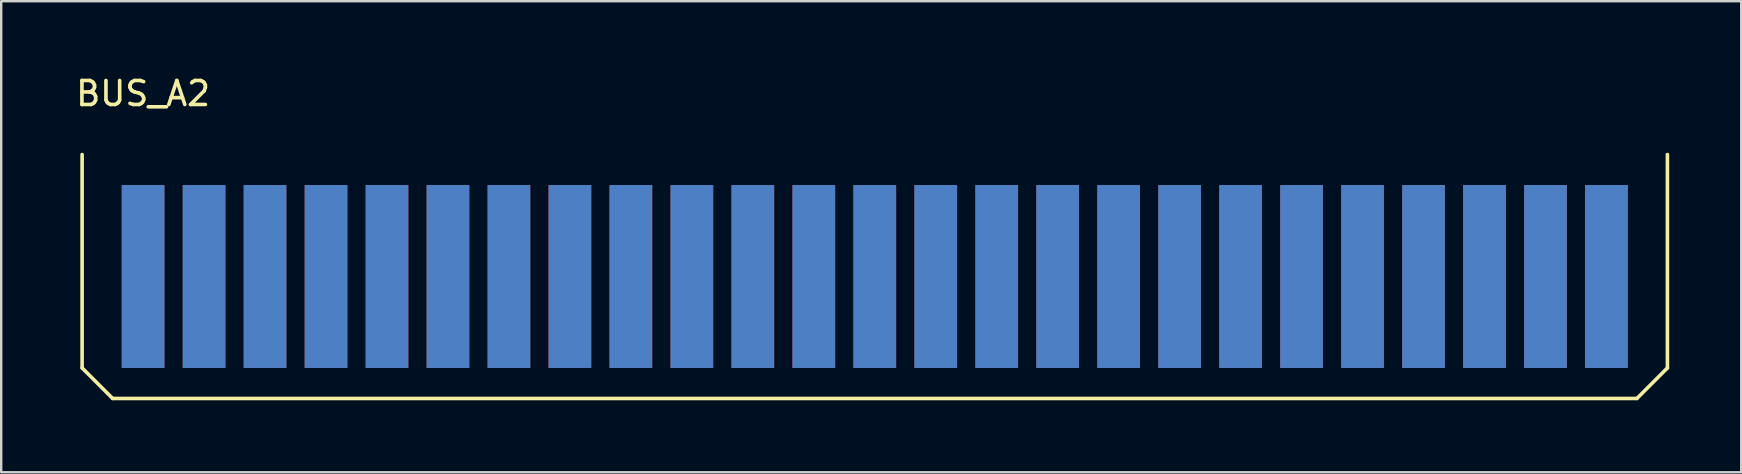
<source format=kicad_pcb>
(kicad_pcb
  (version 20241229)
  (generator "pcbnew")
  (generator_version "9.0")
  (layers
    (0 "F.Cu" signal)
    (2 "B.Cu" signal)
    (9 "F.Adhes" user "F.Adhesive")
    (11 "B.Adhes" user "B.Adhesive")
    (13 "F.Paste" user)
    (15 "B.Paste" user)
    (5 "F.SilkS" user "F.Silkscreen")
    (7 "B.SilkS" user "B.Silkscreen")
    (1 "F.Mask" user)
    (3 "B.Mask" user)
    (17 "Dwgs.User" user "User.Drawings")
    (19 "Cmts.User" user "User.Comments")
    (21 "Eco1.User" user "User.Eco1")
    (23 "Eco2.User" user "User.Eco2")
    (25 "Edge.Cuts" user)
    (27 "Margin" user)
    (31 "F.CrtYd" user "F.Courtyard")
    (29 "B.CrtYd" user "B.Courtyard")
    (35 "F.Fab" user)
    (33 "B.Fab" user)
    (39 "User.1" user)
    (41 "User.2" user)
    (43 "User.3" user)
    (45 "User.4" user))
  (footprint "BUS_A2"
    (layer "F.Cu")
    (at 25.771 8.468)
    (property "Reference" "BUS_A2" (at -22.86 -7.62 0) (layer "F.SilkS") (effects (font (size 1 1) (thickness 0.15))))
    (attr through_hole)
    (fp_line (start -25.4 3.81) (end -25.4 -5.08) (stroke (width 0.15) (type solid)) (layer "F.SilkS"))
    (fp_line (start -24.13 5.08) (end -25.4 3.81) (stroke (width 0.15) (type solid)) (layer "F.SilkS"))
    (fp_line (start 39.37 5.08) (end -24.13 5.08) (stroke (width 0.15) (type solid)) (layer "F.SilkS"))
    (fp_line (start 40.64 -5.08) (end 40.64 3.81) (stroke (width 0.15) (type solid)) (layer "F.SilkS"))
    (fp_line (start 40.64 3.81) (end 39.37 5.08) (stroke (width 0.15) (type solid)) (layer "F.SilkS"))
    (pad "1" connect rect (at -22.86 0 180) (size 1.778 7.62) (layers "F.Cu" "F.Mask"))
    (pad "2" connect rect (at -20.32 0 180) (size 1.778 7.62) (layers "F.Cu" "F.Mask"))
    (pad "3" connect rect (at -17.78 0 180) (size 1.778 7.62) (layers "F.Cu" "F.Mask"))
    (pad "4" connect rect (at -15.24 0 180) (size 1.778 7.62) (layers "F.Cu" "F.Mask"))
    (pad "5" connect rect (at -12.7 0 180) (size 1.778 7.62) (layers "F.Cu" "F.Mask"))
    (pad "6" connect rect (at -10.16 0 180) (size 1.778 7.62) (layers "F.Cu" "F.Mask"))
    (pad "7" connect rect (at -7.62 0 180) (size 1.778 7.62) (layers "F.Cu" "F.Mask"))
    (pad "8" connect rect (at -5.08 0 180) (size 1.778 7.62) (layers "F.Cu" "F.Mask"))
    (pad "9" connect rect (at -2.54 0 180) (size 1.778 7.62) (layers "F.Cu" "F.Mask"))
    (pad "10" connect rect (at 0 0 180) (size 1.778 7.62) (layers "F.Cu" "F.Mask"))
    (pad "11" connect rect (at 2.54 0 180) (size 1.778 7.62) (layers "F.Cu" "F.Mask"))
    (pad "12" connect rect (at 5.08 0 180) (size 1.778 7.62) (layers "F.Cu" "F.Mask"))
    (pad "13" connect rect (at 7.62 0 180) (size 1.778 7.62) (layers "F.Cu" "F.Mask"))
    (pad "14" connect rect (at 10.16 0 180) (size 1.778 7.62) (layers "F.Cu" "F.Mask"))
    (pad "15" connect rect (at 12.7 0 180) (size 1.778 7.62) (layers "F.Cu" "F.Mask"))
    (pad "16" connect rect (at 15.24 0 180) (size 1.778 7.62) (layers "F.Cu" "F.Mask"))
    (pad "17" connect rect (at 17.78 0 180) (size 1.778 7.62) (layers "F.Cu" "F.Mask"))
    (pad "18" connect rect (at 20.32 0 180) (size 1.778 7.62) (layers "F.Cu" "F.Mask"))
    (pad "19" connect rect (at 22.86 0 180) (size 1.778 7.62) (layers "F.Cu" "F.Mask"))
    (pad "20" connect rect (at 25.4 0 180) (size 1.778 7.62) (layers "F.Cu" "F.Mask"))
    (pad "21" connect rect (at 27.94 0 180) (size 1.778 7.62) (layers "F.Cu" "F.Mask"))
    (pad "22" connect rect (at 30.48 0 180) (size 1.778 7.62) (layers "F.Cu" "F.Mask"))
    (pad "23" connect rect (at 33.02 0 180) (size 1.778 7.62) (layers "F.Cu" "F.Mask"))
    (pad "24" connect rect (at 35.56 0 180) (size 1.778 7.62) (layers "F.Cu" "F.Mask"))
    (pad "25" connect rect (at 38.1 0 180) (size 1.778 7.62) (layers "F.Cu" "F.Mask"))
    (pad "26" connect rect (at 38.1 0 180) (size 1.778 7.62) (layers "B.Cu" "B.Mask"))
    (pad "27" connect rect (at 35.56 0 180) (size 1.778 7.62) (layers "B.Cu" "B.Mask"))
    (pad "28" connect rect (at 33.02 0 180) (size 1.778 7.62) (layers "B.Cu" "B.Mask"))
    (pad "29" connect rect (at 30.48 0 180) (size 1.778 7.62) (layers "B.Cu" "B.Mask"))
    (pad "30" connect rect (at 27.94 0 180) (size 1.778 7.62) (layers "B.Cu" "B.Mask"))
    (pad "31" connect rect (at 25.4 0 180) (size 1.778 7.62) (layers "B.Cu" "B.Mask"))
    (pad "32" connect rect (at 22.86 0 180) (size 1.778 7.62) (layers "B.Cu" "B.Mask"))
    (pad "33" connect rect (at 20.32 0 180) (size 1.778 7.62) (layers "B.Cu" "B.Mask"))
    (pad "34" connect rect (at 17.78 0 180) (size 1.778 7.62) (layers "B.Cu" "B.Mask"))
    (pad "35" connect rect (at 15.24 0 180) (size 1.778 7.62) (layers "B.Cu" "B.Mask"))
    (pad "36" connect rect (at 12.7 0 180) (size 1.778 7.62) (layers "B.Cu" "B.Mask"))
    (pad "37" connect rect (at 10.16 0 180) (size 1.778 7.62) (layers "B.Cu" "B.Mask"))
    (pad "38" connect rect (at 7.62 0 180) (size 1.778 7.62) (layers "B.Cu" "B.Mask"))
    (pad "39" connect rect (at 5.08 0 180) (size 1.778 7.62) (layers "B.Cu" "B.Mask"))
    (pad "40" connect rect (at 2.54 0 180) (size 1.778 7.62) (layers "B.Cu" "B.Mask"))
    (pad "41" connect rect (at 0 0 180) (size 1.778 7.62) (layers "B.Cu" "B.Mask"))
    (pad "42" connect rect (at -2.54 0 180) (size 1.778 7.62) (layers "B.Cu" "B.Mask"))
    (pad "43" connect rect (at -5.08 0 180) (size 1.778 7.62) (layers "B.Cu" "B.Mask"))
    (pad "44" connect rect (at -7.62 0 180) (size 1.778 7.62) (layers "B.Cu" "B.Mask"))
    (pad "45" connect rect (at -10.16 0 180) (size 1.778 7.62) (layers "B.Cu" "B.Mask"))
    (pad "46" connect rect (at -12.7 0 180) (size 1.778 7.62) (layers "B.Cu" "B.Mask"))
    (pad "47" connect rect (at -15.24 0 180) (size 1.778 7.62) (layers "B.Cu" "B.Mask"))
    (pad "48" connect rect (at -17.78 0 180) (size 1.778 7.62) (layers "B.Cu" "B.Mask"))
    (pad "49" connect rect (at -20.32 0 180) (size 1.778 7.62) (layers "B.Cu" "B.Mask"))
    (pad "50" connect rect (at -22.86 0 180) (size 1.778 7.62) (layers "B.Cu" "B.Mask")))
  (gr_rect
    (start -3 -3)
    (end 69.486 16.623)
    (stroke (width 0.1) (type default))
    (fill no)
    (layer "Edge.Cuts")))
</source>
